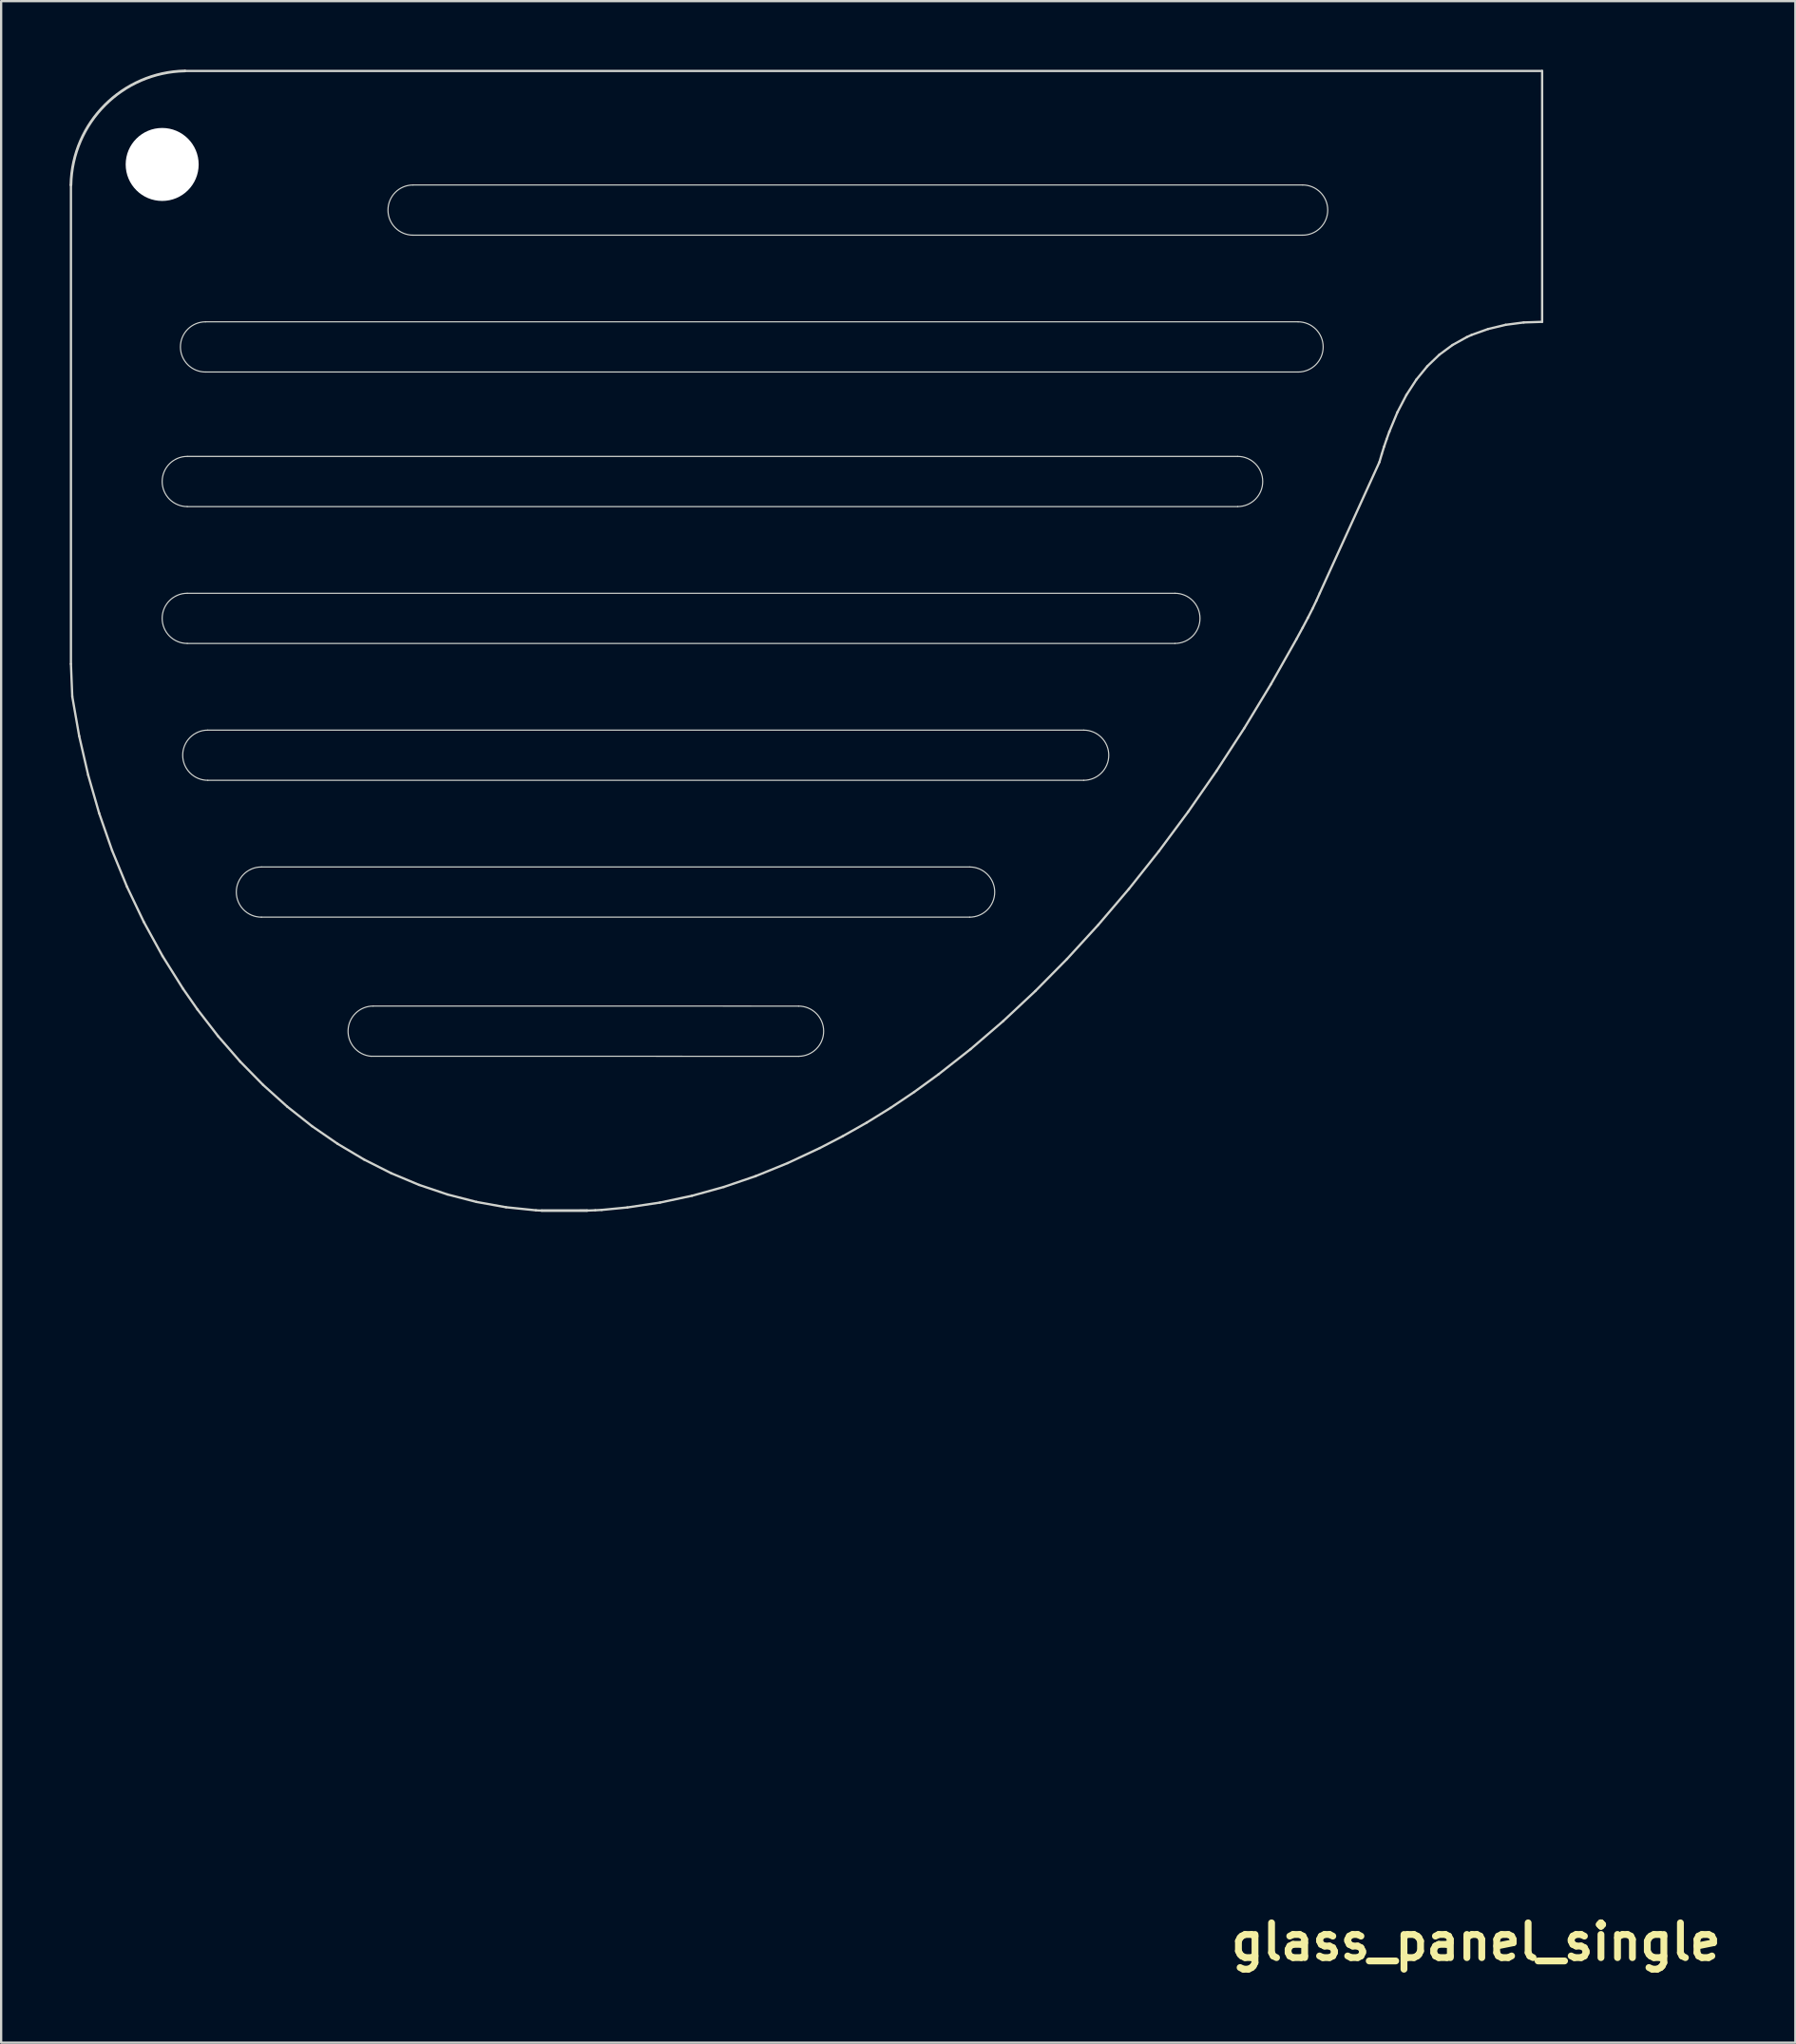
<source format=kicad_pcb>
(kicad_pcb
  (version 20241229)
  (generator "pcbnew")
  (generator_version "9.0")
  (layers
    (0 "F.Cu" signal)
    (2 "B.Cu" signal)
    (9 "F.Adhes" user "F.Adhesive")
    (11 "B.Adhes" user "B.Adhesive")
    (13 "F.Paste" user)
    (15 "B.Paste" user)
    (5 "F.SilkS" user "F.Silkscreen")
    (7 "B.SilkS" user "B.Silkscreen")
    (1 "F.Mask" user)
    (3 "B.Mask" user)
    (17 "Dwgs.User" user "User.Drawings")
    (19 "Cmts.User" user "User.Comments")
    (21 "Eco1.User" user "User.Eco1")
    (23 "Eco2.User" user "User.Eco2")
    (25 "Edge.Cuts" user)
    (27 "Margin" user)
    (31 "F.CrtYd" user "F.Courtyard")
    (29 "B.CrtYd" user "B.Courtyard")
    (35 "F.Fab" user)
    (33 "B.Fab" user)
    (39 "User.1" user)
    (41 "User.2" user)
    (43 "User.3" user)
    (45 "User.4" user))
  (footprint "glass_panel_single"
    (layer "F.Cu")
    (at 64.56 6.06)
    (property "Reference" "glass_panel_single" (at -2.9 76.027 180) (layer "F.SilkS") (effects (font (size 1.524 1.524) (thickness 0.3))))
    (attr through_hole)
    (fp_line (start -64.5 20) (end -64.5 -1) (stroke (width 0.1) (type solid)) (layer "Edge.Cuts"))
    (fp_line (start -64.442 21.425) (end -64.5 20) (stroke (width 0.1) (type solid)) (layer "Edge.Cuts"))
    (fp_line (start -64.138 23.163) (end -64.442 21.425) (stroke (width 0.1) (type solid)) (layer "Edge.Cuts"))
    (fp_line (start -63.744 24.871) (end -64.138 23.163) (stroke (width 0.1) (type solid)) (layer "Edge.Cuts"))
    (fp_line (start -63.263 26.544) (end -63.744 24.871) (stroke (width 0.1) (type solid)) (layer "Edge.Cuts"))
    (fp_line (start -62.695 28.178) (end -63.263 26.544) (stroke (width 0.1) (type solid)) (layer "Edge.Cuts"))
    (fp_line (start -62.041 29.769) (end -62.695 28.178) (stroke (width 0.1) (type solid)) (layer "Edge.Cuts"))
    (fp_line (start -61.304 31.313) (end -62.041 29.769) (stroke (width 0.1) (type solid)) (layer "Edge.Cuts"))
    (fp_line (start -60.484 32.806) (end -61.304 31.313) (stroke (width 0.1) (type solid)) (layer "Edge.Cuts"))
    (fp_line (start -59.582 34.245) (end -60.484 32.806) (stroke (width 0.1) (type solid)) (layer "Edge.Cuts"))
    (fp_line (start -59.5 -6) (end 0 -6) (stroke (width 0.1) (type solid)) (layer "Edge.Cuts"))
    (fp_line (start -59.4 10.9) (end -13.35 10.9) (stroke (width 0.05) (type solid)) (layer "Edge.Cuts"))
    (fp_line (start -59.4 16.9) (end -16.1 16.9) (stroke (width 0.05) (type solid)) (layer "Edge.Cuts"))
    (fp_line (start -58.955 35.144) (end -59.582 34.245) (stroke (width 0.1) (type solid)) (layer "Edge.Cuts"))
    (fp_line (start -58.6 5) (end -10.7 5) (stroke (width 0.05) (type solid)) (layer "Edge.Cuts"))
    (fp_line (start -58.5 22.9) (end -20.1 22.9) (stroke (width 0.05) (type solid)) (layer "Edge.Cuts"))
    (fp_line (start -58.04 36.328) (end -58.955 35.144) (stroke (width 0.1) (type solid)) (layer "Edge.Cuts"))
    (fp_line (start -57.078 37.433) (end -58.04 36.328) (stroke (width 0.1) (type solid)) (layer "Edge.Cuts"))
    (fp_line (start -56.15 28.9) (end -25.1 28.9) (stroke (width 0.05) (type solid)) (layer "Edge.Cuts"))
    (fp_line (start -56.072 38.458) (end -57.078 37.433) (stroke (width 0.1) (type solid)) (layer "Edge.Cuts"))
    (fp_line (start -55.022 39.402) (end -56.072 38.458) (stroke (width 0.1) (type solid)) (layer "Edge.Cuts"))
    (fp_line (start -53.934 40.262) (end -55.022 39.402) (stroke (width 0.1) (type solid)) (layer "Edge.Cuts"))
    (fp_line (start -52.808 41.038) (end -53.934 40.262) (stroke (width 0.1) (type solid)) (layer "Edge.Cuts"))
    (fp_line (start -51.648 41.727) (end -52.808 41.038) (stroke (width 0.1) (type solid)) (layer "Edge.Cuts"))
    (fp_line (start -51.249 34.998) (end -32.6 35) (stroke (width 0.05) (type solid)) (layer "Edge.Cuts"))
    (fp_line (start -50.456 42.328) (end -51.648 41.727) (stroke (width 0.1) (type solid)) (layer "Edge.Cuts"))
    (fp_line (start -49.5 -1) (end -10.5 -1) (stroke (width 0.05) (type solid)) (layer "Edge.Cuts"))
    (fp_line (start -49.235 42.839) (end -50.456 42.328) (stroke (width 0.1) (type solid)) (layer "Edge.Cuts"))
    (fp_line (start -47.988 43.259) (end -49.235 42.839) (stroke (width 0.1) (type solid)) (layer "Edge.Cuts"))
    (fp_line (start -46.717 43.586) (end -47.988 43.259) (stroke (width 0.1) (type solid)) (layer "Edge.Cuts"))
    (fp_line (start -45.425 43.818) (end -46.717 43.586) (stroke (width 0.1) (type solid)) (layer "Edge.Cuts"))
    (fp_line (start -44.114 43.953) (end -45.425 43.818) (stroke (width 0.1) (type solid)) (layer "Edge.Cuts"))
    (fp_line (start -43.859 43.965) (end -44.114 43.953) (stroke (width 0.1) (type solid)) (layer "Edge.Cuts"))
    (fp_line (start -43.859 43.965) (end -41.871 43.964) (stroke (width 0.12) (type solid)) (layer "Edge.Cuts"))
    (fp_line (start -41.516 43.951) (end -41.871 43.964) (stroke (width 0.1) (type solid)) (layer "Edge.Cuts"))
    (fp_line (start -41.231 43.936) (end -41.516 43.951) (stroke (width 0.1) (type solid)) (layer "Edge.Cuts"))
    (fp_line (start -40.102 43.827) (end -41.231 43.936) (stroke (width 0.1) (type solid)) (layer "Edge.Cuts"))
    (fp_line (start -38.678 43.614) (end -40.102 43.827) (stroke (width 0.1) (type solid)) (layer "Edge.Cuts"))
    (fp_line (start -37.272 43.315) (end -38.678 43.614) (stroke (width 0.1) (type solid)) (layer "Edge.Cuts"))
    (fp_line (start -35.875 42.929) (end -37.272 43.315) (stroke (width 0.1) (type solid)) (layer "Edge.Cuts"))
    (fp_line (start -34.48 42.453) (end -35.875 42.929) (stroke (width 0.1) (type solid)) (layer "Edge.Cuts"))
    (fp_line (start -33.079 41.884) (end -34.48 42.453) (stroke (width 0.1) (type solid)) (layer "Edge.Cuts"))
    (fp_line (start -32.6 37.2) (end -51.349 37.198) (stroke (width 0.05) (type solid)) (layer "Edge.Cuts"))
    (fp_line (start -31.663 41.221) (end -33.079 41.884) (stroke (width 0.1) (type solid)) (layer "Edge.Cuts"))
    (fp_line (start -30.673 40.708) (end -31.663 41.221) (stroke (width 0.1) (type solid)) (layer "Edge.Cuts"))
    (fp_line (start -29.608 40.107) (end -30.673 40.708) (stroke (width 0.1) (type solid)) (layer "Edge.Cuts"))
    (fp_line (start -28.569 39.464) (end -29.608 40.107) (stroke (width 0.1) (type solid)) (layer "Edge.Cuts"))
    (fp_line (start -27.531 38.766) (end -28.569 39.464) (stroke (width 0.1) (type solid)) (layer "Edge.Cuts"))
    (fp_line (start -26.469 37.995) (end -27.531 38.766) (stroke (width 0.1) (type solid)) (layer "Edge.Cuts"))
    (fp_line (start -25.1 31.1) (end -56.15 31.1) (stroke (width 0.05) (type solid)) (layer "Edge.Cuts"))
    (fp_line (start -25.058 36.887) (end -26.469 37.995) (stroke (width 0.1) (type solid)) (layer "Edge.Cuts"))
    (fp_line (start -23.63 35.659) (end -25.058 36.887) (stroke (width 0.1) (type solid)) (layer "Edge.Cuts"))
    (fp_line (start -22.219 34.339) (end -23.63 35.659) (stroke (width 0.1) (type solid)) (layer "Edge.Cuts"))
    (fp_line (start -20.828 32.931) (end -22.219 34.339) (stroke (width 0.1) (type solid)) (layer "Edge.Cuts"))
    (fp_line (start -20.1 25.1) (end -58.5 25.1) (stroke (width 0.05) (type solid)) (layer "Edge.Cuts"))
    (fp_line (start -19.46 31.438) (end -20.828 32.931) (stroke (width 0.1) (type solid)) (layer "Edge.Cuts"))
    (fp_line (start -18.118 29.864) (end -19.46 31.438) (stroke (width 0.1) (type solid)) (layer "Edge.Cuts"))
    (fp_line (start -16.805 28.212) (end -18.118 29.864) (stroke (width 0.1) (type solid)) (layer "Edge.Cuts"))
    (fp_line (start -16.1 19.1) (end -59.4 19.1) (stroke (width 0.05) (type solid)) (layer "Edge.Cuts"))
    (fp_line (start -15.523 26.486) (end -16.805 28.212) (stroke (width 0.1) (type solid)) (layer "Edge.Cuts"))
    (fp_line (start -14.276 24.69) (end -15.523 26.486) (stroke (width 0.1) (type solid)) (layer "Edge.Cuts"))
    (fp_line (start -13.35 13.1) (end -59.4 13.1) (stroke (width 0.05) (type solid)) (layer "Edge.Cuts"))
    (fp_line (start -13.066 22.827) (end -14.276 24.69) (stroke (width 0.1) (type solid)) (layer "Edge.Cuts"))
    (fp_line (start -11.897 20.9) (end -13.066 22.827) (stroke (width 0.1) (type solid)) (layer "Edge.Cuts"))
    (fp_line (start -10.772 18.913) (end -11.897 20.9) (stroke (width 0.1) (type solid)) (layer "Edge.Cuts"))
    (fp_line (start -10.7 7.2) (end -58.6 7.2) (stroke (width 0.05) (type solid)) (layer "Edge.Cuts"))
    (fp_line (start -10.5 1.2) (end -49.5 1.2) (stroke (width 0.05) (type solid)) (layer "Edge.Cuts"))
    (fp_line (start -10.498 18.408) (end -10.772 18.913) (stroke (width 0.1) (type solid)) (layer "Edge.Cuts"))
    (fp_line (start -10.265 17.968) (end -10.498 18.408) (stroke (width 0.1) (type solid)) (layer "Edge.Cuts"))
    (fp_line (start -10.068 17.579) (end -10.265 17.968) (stroke (width 0.1) (type solid)) (layer "Edge.Cuts"))
    (fp_line (start -9.899 17.227) (end -10.068 17.579) (stroke (width 0.1) (type solid)) (layer "Edge.Cuts"))
    (fp_line (start -9.749 16.894) (end -9.899 17.227) (stroke (width 0.1) (type solid)) (layer "Edge.Cuts"))
    (fp_line (start -7.133 11.148) (end -9.749 16.894) (stroke (width 0.1) (type solid)) (layer "Edge.Cuts"))
    (fp_line (start -7.031 10.799) (end -7.133 11.148) (stroke (width 0.1) (type solid)) (layer "Edge.Cuts"))
    (fp_line (start -6.927 10.467) (end -7.031 10.799) (stroke (width 0.1) (type solid)) (layer "Edge.Cuts"))
    (fp_line (start -6.817 10.143) (end -6.927 10.467) (stroke (width 0.1) (type solid)) (layer "Edge.Cuts"))
    (fp_line (start -6.7 9.818) (end -6.817 10.143) (stroke (width 0.1) (type solid)) (layer "Edge.Cuts"))
    (fp_line (start -6.697 9.812) (end -6.7 9.818) (stroke (width 0.1) (type solid)) (layer "Edge.Cuts"))
    (fp_line (start -6.345 8.964) (end -6.697 9.812) (stroke (width 0.1) (type solid)) (layer "Edge.Cuts"))
    (fp_line (start -5.951 8.206) (end -6.345 8.964) (stroke (width 0.1) (type solid)) (layer "Edge.Cuts"))
    (fp_line (start -5.515 7.534) (end -5.951 8.206) (stroke (width 0.1) (type solid)) (layer "Edge.Cuts"))
    (fp_line (start -5.034 6.946) (end -5.515 7.534) (stroke (width 0.1) (type solid)) (layer "Edge.Cuts"))
    (fp_line (start -4.506 6.441) (end -5.034 6.946) (stroke (width 0.1) (type solid)) (layer "Edge.Cuts"))
    (fp_line (start -3.93 6.016) (end -4.506 6.441) (stroke (width 0.1) (type solid)) (layer "Edge.Cuts"))
    (fp_line (start -3.304 5.669) (end -3.93 6.016) (stroke (width 0.1) (type solid)) (layer "Edge.Cuts"))
    (fp_line (start -3.092 5.573) (end -3.304 5.669) (stroke (width 0.1) (type solid)) (layer "Edge.Cuts"))
    (fp_line (start -2.368 5.314) (end -3.092 5.573) (stroke (width 0.1) (type solid)) (layer "Edge.Cuts"))
    (fp_line (start -1.601 5.131) (end -2.368 5.314) (stroke (width 0.1) (type solid)) (layer "Edge.Cuts"))
    (fp_line (start -0.807 5.027) (end -1.601 5.131) (stroke (width 0.1) (type solid)) (layer "Edge.Cuts"))
    (fp_line (start 0 5) (end -0.807 5.027) (stroke (width 0.1) (type solid)) (layer "Edge.Cuts"))
    (fp_line (start 0 5) (end 0 -6) (stroke (width 0.1) (type solid)) (layer "Edge.Cuts"))
    (fp_arc (start -64.5 -1) (mid -63.007423 -4.507423) (end -59.5 -6) (stroke (width 0.12) (type solid)) (layer "Edge.Cuts"))
    (fp_arc (start -59.4 13.099999) (mid -60.5 11.999999) (end -59.4 10.899999) (stroke (width 0.05) (type solid)) (layer "Edge.Cuts"))
    (fp_arc (start -59.4 19.099999) (mid -60.5 17.999999) (end -59.4 16.899999) (stroke (width 0.05) (type solid)) (layer "Edge.Cuts"))
    (fp_arc (start -58.599999 7.199999) (mid -59.699999 6.099999) (end -58.599999 4.999999) (stroke (width 0.05) (type solid)) (layer "Edge.Cuts"))
    (fp_arc (start -58.5 25.099999) (mid -59.6 23.999999) (end -58.5 22.899999) (stroke (width 0.05) (type solid)) (layer "Edge.Cuts"))
    (fp_arc (start -56.15 31.099999) (mid -57.25 29.999999) (end -56.15 28.899999) (stroke (width 0.05) (type solid)) (layer "Edge.Cuts"))
    (fp_arc (start -51.348863 37.19778) (mid -52.35 36.05) (end -51.248863 34.997779) (stroke (width 0.05) (type solid)) (layer "Edge.Cuts"))
    (fp_arc (start -49.499999 1.199999) (mid -50.599999 0.099999) (end -49.499999 -1.000001) (stroke (width 0.05) (type solid)) (layer "Edge.Cuts"))
    (fp_arc (start -32.6 34.999999) (mid -31.5 36.099999) (end -32.6 37.199999) (stroke (width 0.05) (type solid)) (layer "Edge.Cuts"))
    (fp_arc (start -25.1 28.899999) (mid -24 29.999999) (end -25.1 31.099999) (stroke (width 0.05) (type solid)) (layer "Edge.Cuts"))
    (fp_arc (start -20.1 22.899999) (mid -19 23.999999) (end -20.1 25.099999) (stroke (width 0.05) (type solid)) (layer "Edge.Cuts"))
    (fp_arc (start -16.1 16.899999) (mid -15 17.999999) (end -16.1 19.099999) (stroke (width 0.05) (type solid)) (layer "Edge.Cuts"))
    (fp_arc (start -13.35 10.899999) (mid -12.25 11.999999) (end -13.35 13.099999) (stroke (width 0.05) (type solid)) (layer "Edge.Cuts"))
    (fp_arc (start -10.699999 4.999999) (mid -9.599999 6.099999) (end -10.699999 7.199999) (stroke (width 0.05) (type solid)) (layer "Edge.Cuts"))
    (fp_arc (start -10.499999 -1.000001) (mid -9.399999 0.099999) (end -10.499999 1.199999) (stroke (width 0.05) (type solid)) (layer "Edge.Cuts"))
    (pad "" np_thru_hole circle (at -60.5 -1.9 180) (size 3.2 3.2) (drill 3.2) (layers "*.Cu" "*.Mask")))
  (gr_rect
    (start -3 -3)
    (end 75.662 86.505)
    (stroke (width 0.1) (type default))
    (fill no)
    (layer "Edge.Cuts")))
</source>
